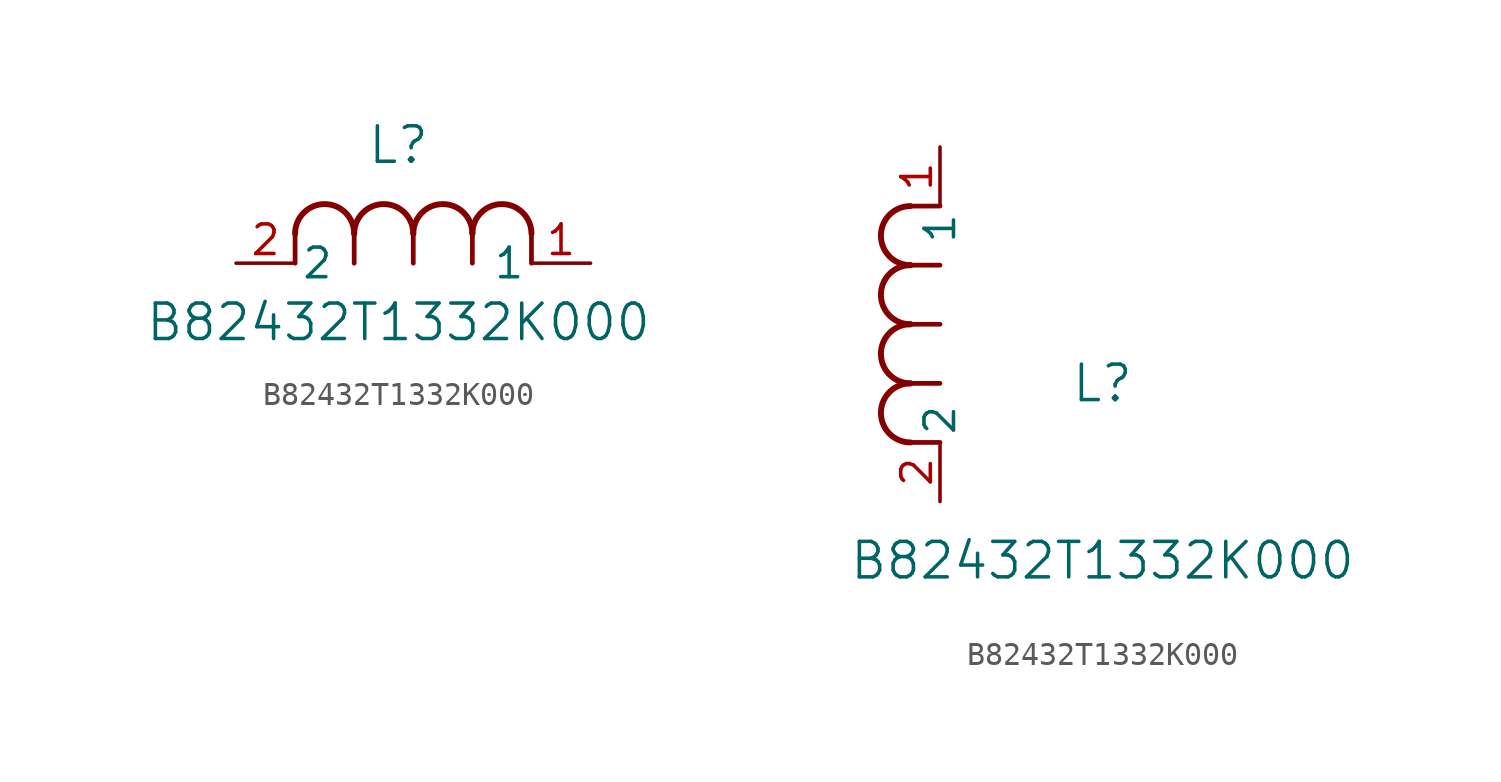
<source format=kicad_sym>
(kicad_symbol_lib
  (version 20211014)
  (generator kicad_symbol_editor)
  (symbol "B82432T1332K000"
    (pin_names
      (offset 0.254))
    (property "Reference" "L"
      (at 6.985 5.08 0)
      (effects (font (size 1.524 1.524))))
    (property "Value" "B82432T1332K000"
      (at 6.985 -2.54 0)
      (effects (font (size 1.524 1.524))))
    (symbol "B82432T1332K000_1_1"
      (arc (start 7.62 1.27) (mid 6.35 2.54) (end 5.08 1.27) (stroke (width 0.254) (type default) (color 0 0 0 0)) (fill (type none)))
      (polyline (pts (xy 5.08 0) (xy 5.08 1.27)) (stroke (width 0.203) (type default) (color 0 0 0 0)) (fill (type none)))
      (polyline (pts (xy 7.62 0) (xy 7.62 1.27)) (stroke (width 0.203) (type default) (color 0 0 0 0)) (fill (type none)))
      (polyline (pts (xy 12.7 0) (xy 12.7 1.27)) (stroke (width 0.203) (type default) (color 0 0 0 0)) (fill (type none)))
      (arc (start 5.08 1.27) (mid 3.81 2.54) (end 2.54 1.27) (stroke (width 0.254) (type default) (color 0 0 0 0)) (fill (type none)))
      (arc (start 10.16 1.27) (mid 8.89 2.54) (end 7.62 1.27) (stroke (width 0.254) (type default) (color 0 0 0 0)) (fill (type none)))
      (arc (start 12.7 1.27) (mid 11.43 2.54) (end 10.16 1.27) (stroke (width 0.254) (type default) (color 0 0 0 0)) (fill (type none)))
      (polyline (pts (xy 2.54 0) (xy 2.54 1.27)) (stroke (width 0.203) (type default) (color 0 0 0 0)) (fill (type none)))
      (polyline (pts (xy 10.16 0) (xy 10.16 1.27)) (stroke (width 0.203) (type default) (color 0 0 0 0)) (fill (type none)))
      (pin unspecified line (at 0 0 0) (length 2.54) (name "2" (effects (font (size 1.27 1.27)))) (number "2" (effects (font (size 1.27 1.27)))))
      (pin unspecified line (at 15.24 0 180) (length 2.54) (name "1" (effects (font (size 1.27 1.27)))) (number "1" (effects (font (size 1.27 1.27))))))
    (symbol "B82432T1332K000_1_2"
      (arc (start -1.27 7.62) (mid -2.54 6.35) (end -1.27 5.08) (stroke (width 0.254) (type default) (color 0 0 0 0)) (fill (type none)))
      (arc (start -1.27 5.08) (mid -2.54 3.81) (end -1.27 2.54) (stroke (width 0.254) (type default) (color 0 0 0 0)) (fill (type none)))
      (arc (start -1.27 12.7) (mid -2.54 11.43) (end -1.27 10.16) (stroke (width 0.254) (type default) (color 0 0 0 0)) (fill (type none)))
      (arc (start -1.27 10.16) (mid -2.54 8.89) (end -1.27 7.62) (stroke (width 0.254) (type default) (color 0 0 0 0)) (fill (type none)))
      (polyline (pts (xy 0 7.62) (xy -1.27 7.62)) (stroke (width 0.203) (type default) (color 0 0 0 0)) (fill (type none)))
      (polyline (pts (xy 0 5.08) (xy -1.27 5.08)) (stroke (width 0.203) (type default) (color 0 0 0 0)) (fill (type none)))
      (polyline (pts (xy 0 12.7) (xy -1.27 12.7)) (stroke (width 0.203) (type default) (color 0 0 0 0)) (fill (type none)))
      (polyline (pts (xy 0 2.54) (xy -1.27 2.54)) (stroke (width 0.203) (type default) (color 0 0 0 0)) (fill (type none)))
      (polyline (pts (xy 0 10.16) (xy -1.27 10.16)) (stroke (width 0.203) (type default) (color 0 0 0 0)) (fill (type none)))
      (pin unspecified line (at 0 0 90) (length 2.54) (name "2" (effects (font (size 1.27 1.27)))) (number "2" (effects (font (size 1.27 1.27)))))
      (pin unspecified line (at 0 15.24 270) (length 2.54) (name "1" (effects (font (size 1.27 1.27)))) (number "1" (effects (font (size 1.27 1.27))))))))
</source>
